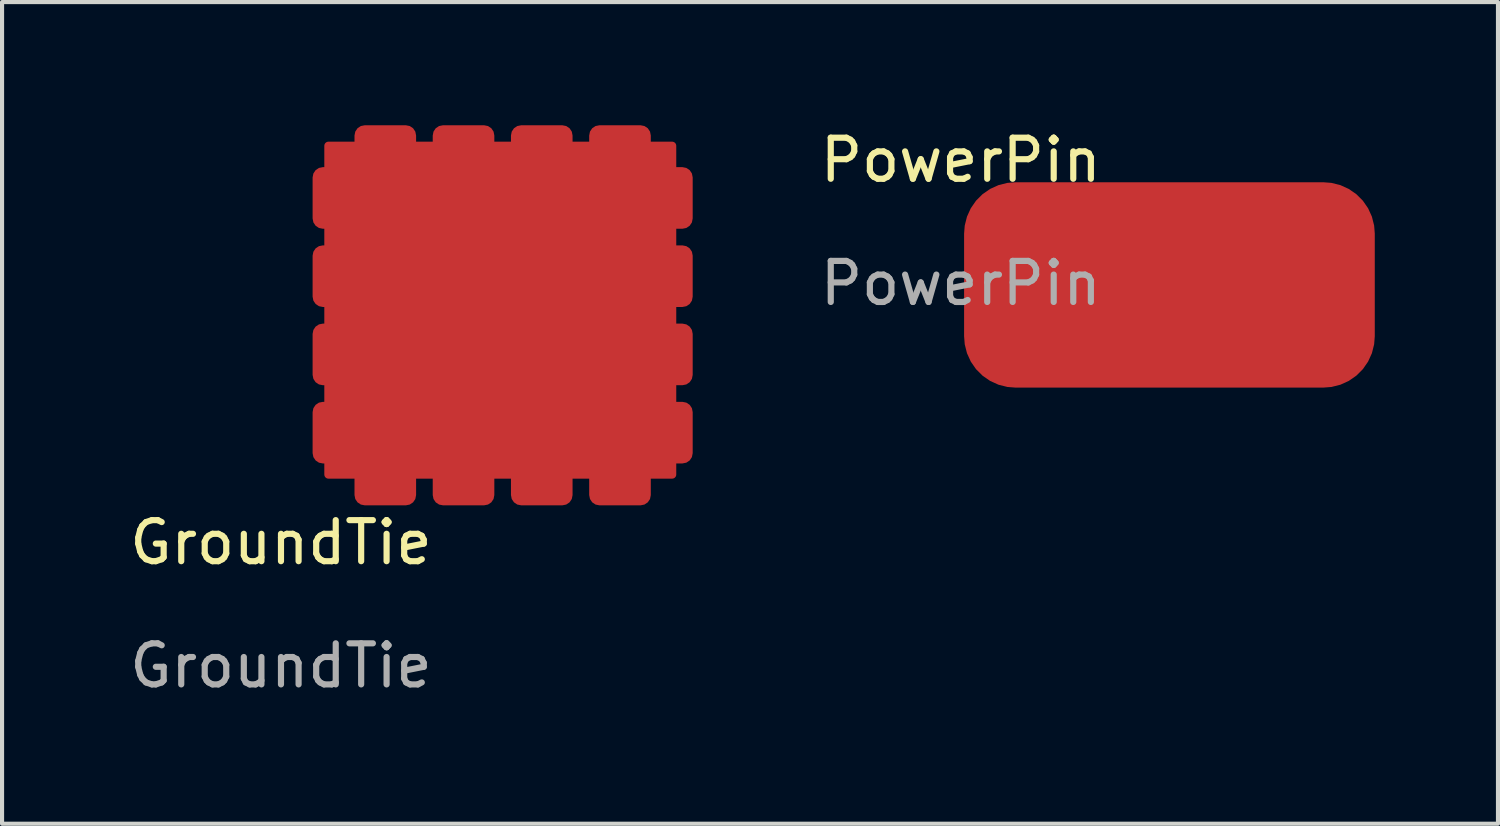
<source format=kicad_pcb>
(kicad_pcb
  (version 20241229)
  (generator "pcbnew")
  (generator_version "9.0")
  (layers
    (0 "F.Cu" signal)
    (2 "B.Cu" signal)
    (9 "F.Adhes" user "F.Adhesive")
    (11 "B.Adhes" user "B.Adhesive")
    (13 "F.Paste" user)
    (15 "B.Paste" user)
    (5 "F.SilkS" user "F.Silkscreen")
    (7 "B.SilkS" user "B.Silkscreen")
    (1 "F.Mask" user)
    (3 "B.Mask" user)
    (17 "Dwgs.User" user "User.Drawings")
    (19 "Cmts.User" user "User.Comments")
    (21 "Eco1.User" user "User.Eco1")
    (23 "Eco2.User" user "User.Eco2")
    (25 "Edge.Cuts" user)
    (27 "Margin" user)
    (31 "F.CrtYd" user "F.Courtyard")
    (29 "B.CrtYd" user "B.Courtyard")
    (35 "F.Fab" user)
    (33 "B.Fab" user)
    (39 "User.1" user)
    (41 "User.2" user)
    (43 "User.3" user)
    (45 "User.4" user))
  (footprint "GroundTie"
    (layer "F.Cu")
    (at 3.792 10.66)
    (property "Reference" "GroundTie" (at 0 -0.5 0) (unlocked yes) (layer "F.SilkS") (effects (font (size 1 1) (thickness 0.15))))
    (attr smd)
    (fp_poly (pts (xy 9.525 -2.155) (xy 1.155 -2.155) (xy 1.155 -10.16) (xy 9.525 -10.16)) (stroke (width 0.2) (type solid)) (fill yes) (layer "F.Cu"))
    (fp_text user "${REFERENCE}" (at 0 2.5 0) (unlocked yes) (layer "F.Fab") (effects (font (size 1 1) (thickness 0.15))))
    (pad "1" smd roundrect (at 1.27 -8.89) (size 1 1.5) (layers "F.Cu" "F.Mask" "F.Paste") (roundrect_rratio 0.25))
    (pad "2" smd roundrect (at 1.27 -6.985) (size 1 1.5) (layers "F.Cu" "F.Mask" "F.Paste") (roundrect_rratio 0.25))
    (pad "3" smd roundrect (at 1.27 -5.08) (size 1 1.5) (layers "F.Cu" "F.Mask" "F.Paste") (roundrect_rratio 0.25))
    (pad "4" smd roundrect (at 1.27 -3.175) (size 1 1.5) (layers "F.Cu" "F.Mask" "F.Paste") (roundrect_rratio 0.25))
    (pad "5" smd roundrect (at 2.54 -10.16 90) (size 1 1.5) (layers "F.Cu" "F.Mask" "F.Paste") (roundrect_rratio 0.25))
    (pad "6" smd roundrect (at 4.445 -10.16 90) (size 1 1.5) (layers "F.Cu" "F.Mask" "F.Paste") (roundrect_rratio 0.25))
    (pad "7" smd roundrect (at 6.35 -10.16 90) (size 1 1.5) (layers "F.Cu" "F.Mask" "F.Paste") (roundrect_rratio 0.25))
    (pad "8" smd roundrect (at 8.255 -10.16 90) (size 1 1.5) (layers "F.Cu" "F.Mask" "F.Paste") (roundrect_rratio 0.25))
    (pad "9" smd roundrect (at 9.525 -8.89 180) (size 1 1.5) (layers "F.Cu" "F.Mask" "F.Paste") (roundrect_rratio 0.25))
    (pad "10" smd roundrect (at 9.525 -6.985 180) (size 1 1.5) (layers "F.Cu" "F.Mask" "F.Paste") (roundrect_rratio 0.25))
    (pad "11" smd roundrect (at 9.525 -5.08 180) (size 1 1.5) (layers "F.Cu" "F.Mask" "F.Paste") (roundrect_rratio 0.25))
    (pad "12" smd roundrect (at 9.525 -3.175 180) (size 1 1.5) (layers "F.Cu" "F.Mask" "F.Paste") (roundrect_rratio 0.25))
    (pad "13" smd roundrect (at 2.54 -1.905 270) (size 1 1.5) (layers "F.Cu" "F.Mask" "F.Paste") (roundrect_rratio 0.25))
    (pad "14" smd roundrect (at 4.445 -1.905 270) (size 1 1.5) (layers "F.Cu" "F.Mask" "F.Paste") (roundrect_rratio 0.25))
    (pad "15" smd roundrect (at 6.35 -1.905 270) (size 1 1.5) (layers "F.Cu" "F.Mask" "F.Paste") (roundrect_rratio 0.25))
    (pad "16" smd roundrect (at 8.255 -1.905 270) (size 1 1.5) (layers "F.Cu" "F.Mask" "F.Paste") (roundrect_rratio 0.25)))
  (footprint "PowerPin"
    (layer "F.Cu")
    (at 20.346 1.348)
    (property "Reference" "PowerPin" (at 0 -0.5 0) (unlocked yes) (layer "F.SilkS") (effects (font (size 1 1) (thickness 0.15))))
    (attr smd)
    (fp_text user "${REFERENCE}" (at 0 2.5 0) (unlocked yes) (layer "F.Fab") (effects (font (size 1 1) (thickness 0.15))))
    (pad "1" smd roundrect (at 5.08 2.54) (size 10 5) (layers "F.Cu" "F.Mask" "F.Paste") (roundrect_rratio 0.25)))
  (gr_rect
    (start -3 -3)
    (end 33.426 17.008)
    (stroke (width 0.1) (type default))
    (fill no)
    (layer "Edge.Cuts")))
</source>
